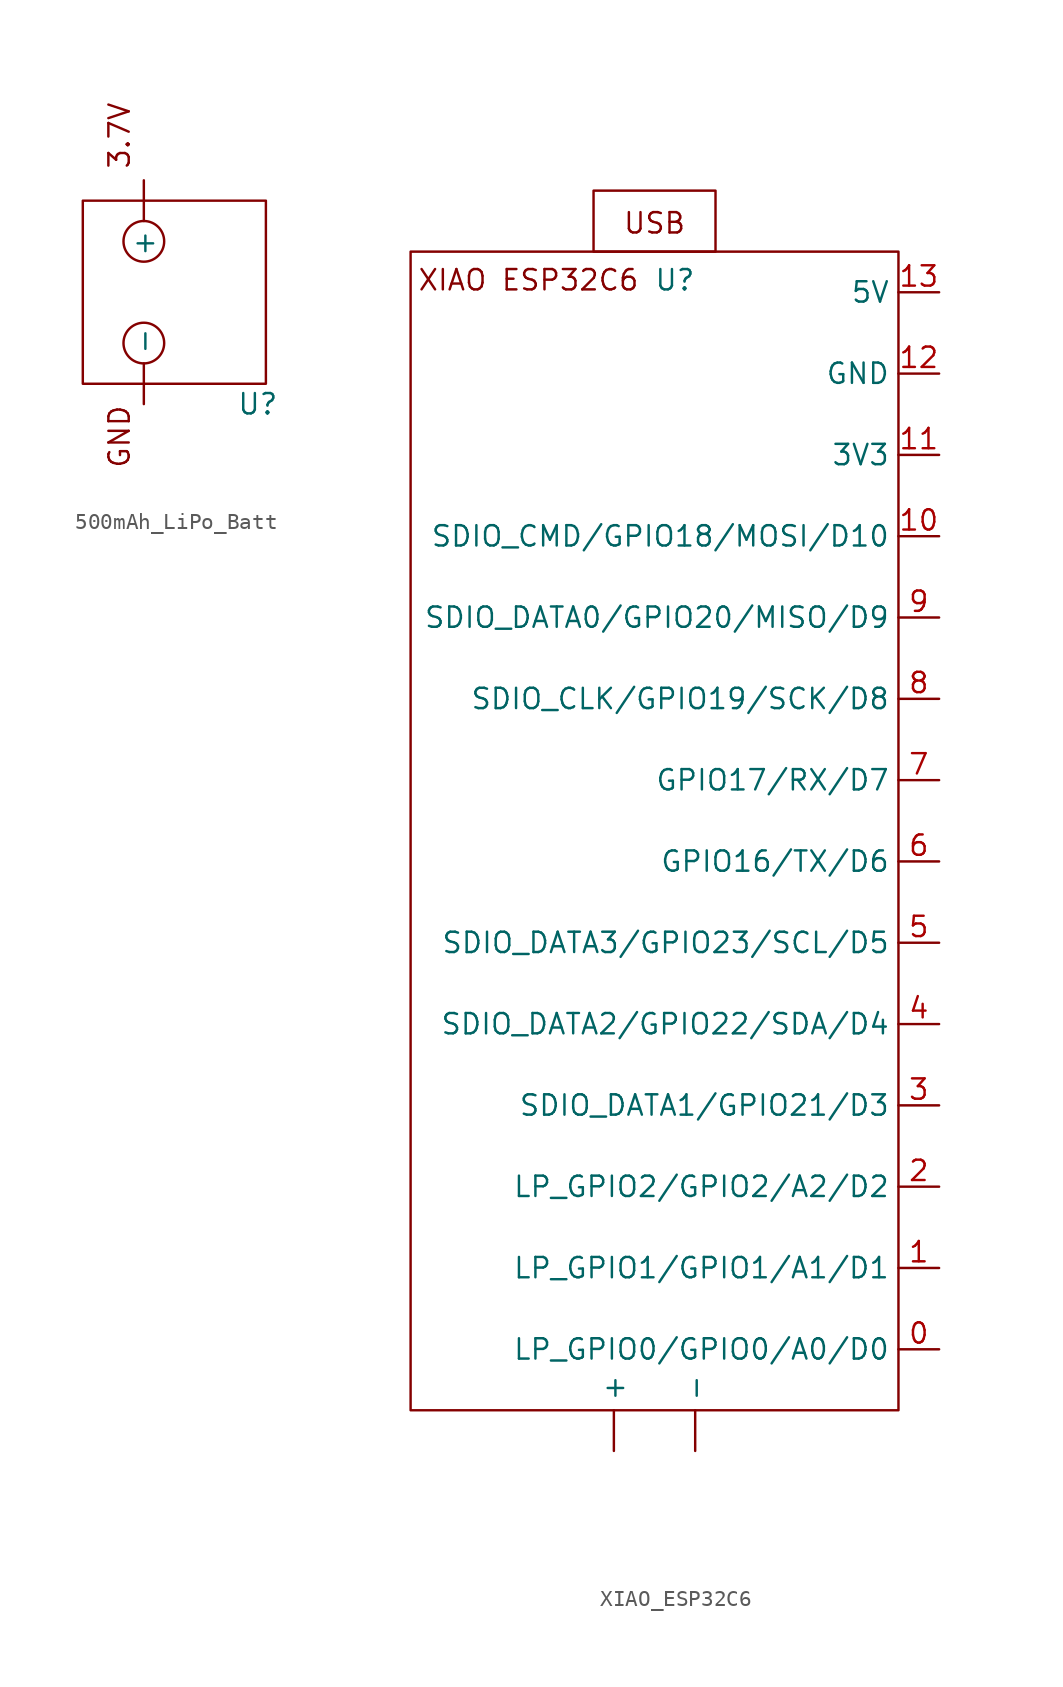
<source format=kicad_sym>
(kicad_symbol_lib
  (version 20231120)
  (generator "kicad_symbol_editor")
  (generator_version "8.0")
  (symbol "500mAh_LiPo_Batt"
    (property "Reference" "U"
      (at 4.572 -13.97 0)
      (effects (font (size 1.27 1.27))))
    (property "Value" ""
      (at 0 0 0)
      (effects (font (size 1.27 1.27))))
    (symbol "500mAh_LiPo_Batt_0_1"
      (rectangle (start -6.35 -1.27) (end 5.08 -12.7) (stroke (width 0) (type default)) (fill (type none)))
      (circle (center -2.54 -10.16) (radius 1.27) (stroke (width 0) (type default)) (fill (type none)))
      (circle (center -2.54 -3.81) (radius 1.27) (stroke (width 0) (type default)) (fill (type none))))
    (symbol "500mAh_LiPo_Batt_1_1"
      (text "3.7V" (at -4.064 2.794 900) (effects (font (size 1.27 1.27))))
      (text "GND" (at -4.064 -16.002 900) (effects (font (size 1.27 1.27))))
      (pin power_in line (at -2.54 0 270) (length 2.54) (name "+" (effects (font (size 1.27 1.27)))) (number "" (effects (font (size 1.27 1.27)))))
      (pin power_in line (at -2.54 -13.97 90) (length 2.54) (name "-" (effects (font (size 1.27 1.27)))) (number "" (effects (font (size 1.27 1.27)))))))
  (symbol "XIAO_ESP32C6"
    (property "Reference" "U"
      (at 1.27 31.242 0)
      (effects (font (size 1.27 1.27))))
    (property "Value" ""
      (at -15.24 33.02 0)
      (effects (font (size 1.27 1.27))))
    (symbol "XIAO_ESP32C6_0_1"
      (rectangle (start -15.24 33.02) (end 15.24 -39.37) (stroke (width 0) (type default)) (fill (type none))))
    (symbol "XIAO_ESP32C6_1_1"
      (rectangle (start -3.81 36.83) (end 3.81 33.02) (stroke (width 0) (type default)) (fill (type none)))
      (text "USB" (at 0 34.798 0) (effects (font (size 1.27 1.27))))
      (text "XIAO ESP32C6" (at -7.874 31.242 0) (effects (font (size 1.27 1.27))))
      (pin power_in line (at -2.54 -41.91 90) (length 2.54) (name "+" (effects (font (size 1.27 1.27)))) (number "" (effects (font (size 1.27 1.27)))))
      (pin power_in line (at 2.54 -41.91 90) (length 2.54) (name "-" (effects (font (size 1.27 1.27)))) (number "" (effects (font (size 1.27 1.27)))))
      (pin bidirectional line (at 17.78 -35.56 180) (length 2.54) (name "LP_GPIO0/GPIO0/A0/D0" (effects (font (size 1.27 1.27)))) (number "0" (effects (font (size 1.27 1.27)))))
      (pin bidirectional line (at 17.78 -30.48 180) (length 2.54) (name "LP_GPIO1/GPIO1/A1/D1" (effects (font (size 1.27 1.27)))) (number "1" (effects (font (size 1.27 1.27)))))
      (pin bidirectional line (at 17.78 15.24 180) (length 2.54) (name "SDIO_CMD/GPIO18/MOSI/D10" (effects (font (size 1.27 1.27)))) (number "10" (effects (font (size 1.27 1.27)))))
      (pin power_in line (at 17.78 20.32 180) (length 2.54) (name "3V3" (effects (font (size 1.27 1.27)))) (number "11" (effects (font (size 1.27 1.27)))))
      (pin power_in line (at 17.78 25.4 180) (length 2.54) (name "GND" (effects (font (size 1.27 1.27)))) (number "12" (effects (font (size 1.27 1.27)))))
      (pin power_in line (at 17.78 30.48 180) (length 2.54) (name "5V" (effects (font (size 1.27 1.27)))) (number "13" (effects (font (size 1.27 1.27)))))
      (pin bidirectional line (at 17.78 -25.4 180) (length 2.54) (name "LP_GPIO2/GPIO2/A2/D2" (effects (font (size 1.27 1.27)))) (number "2" (effects (font (size 1.27 1.27)))))
      (pin bidirectional line (at 17.78 -20.32 180) (length 2.54) (name "SDIO_DATA1/GPIO21/D3" (effects (font (size 1.27 1.27)))) (number "3" (effects (font (size 1.27 1.27)))))
      (pin bidirectional line (at 17.78 -15.24 180) (length 2.54) (name "SDIO_DATA2/GPIO22/SDA/D4" (effects (font (size 1.27 1.27)))) (number "4" (effects (font (size 1.27 1.27)))))
      (pin bidirectional line (at 17.78 -10.16 180) (length 2.54) (name "SDIO_DATA3/GPIO23/SCL/D5" (effects (font (size 1.27 1.27)))) (number "5" (effects (font (size 1.27 1.27)))))
      (pin bidirectional line (at 17.78 -5.08 180) (length 2.54) (name "GPIO16/TX/D6" (effects (font (size 1.27 1.27)))) (number "6" (effects (font (size 1.27 1.27)))))
      (pin bidirectional line (at 17.78 0 180) (length 2.54) (name "GPIO17/RX/D7" (effects (font (size 1.27 1.27)))) (number "7" (effects (font (size 1.27 1.27)))))
      (pin bidirectional line (at 17.78 5.08 180) (length 2.54) (name "SDIO_CLK/GPIO19/SCK/D8" (effects (font (size 1.27 1.27)))) (number "8" (effects (font (size 1.27 1.27)))))
      (pin bidirectional line (at 17.78 10.16 180) (length 2.54) (name "SDIO_DATA0/GPIO20/MISO/D9" (effects (font (size 1.27 1.27)))) (number "9" (effects (font (size 1.27 1.27))))))))
</source>
